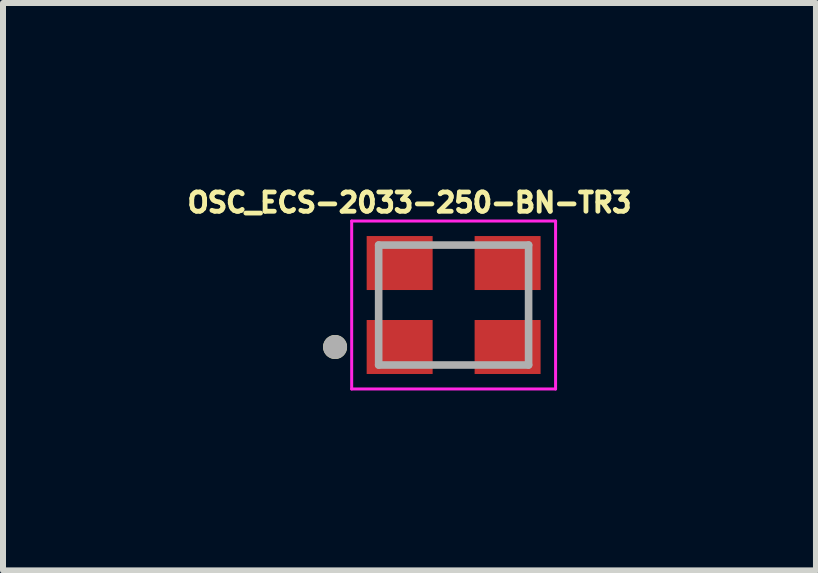
<source format=kicad_pcb>
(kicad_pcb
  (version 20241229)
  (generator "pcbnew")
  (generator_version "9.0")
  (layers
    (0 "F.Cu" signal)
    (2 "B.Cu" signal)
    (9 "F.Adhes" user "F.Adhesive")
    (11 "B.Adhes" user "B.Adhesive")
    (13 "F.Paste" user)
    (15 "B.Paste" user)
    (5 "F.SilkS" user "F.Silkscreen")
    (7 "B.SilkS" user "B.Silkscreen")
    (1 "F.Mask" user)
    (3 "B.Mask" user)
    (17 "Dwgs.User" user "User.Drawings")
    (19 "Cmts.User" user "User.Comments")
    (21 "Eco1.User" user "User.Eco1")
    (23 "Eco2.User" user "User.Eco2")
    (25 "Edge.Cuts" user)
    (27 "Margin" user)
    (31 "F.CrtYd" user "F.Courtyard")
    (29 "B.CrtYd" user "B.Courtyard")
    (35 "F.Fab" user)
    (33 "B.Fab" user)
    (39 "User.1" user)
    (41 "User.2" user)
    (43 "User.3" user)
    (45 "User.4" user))
  (footprint "OSC_ECS-2033-250-BN-TR3"
    (layer "F.Cu")
    (at 4.514 2.036)
    (property "Reference" "OSC_ECS-2033-250-BN-TR3" (at -0.736 -1.708 0) (layer "F.SilkS") (effects (font (size 0.321 0.321) (thickness 0.15))))
    (attr smd)
    (fp_circle (center -1.977 0.7) (end -1.877 0.7) (stroke (width 0.2) (type solid)) (fill no) (layer "F.SilkS"))
    (fp_line (start -1.7 -1.4) (end 1.7 -1.4) (stroke (width 0.05) (type solid)) (layer "F.CrtYd"))
    (fp_line (start -1.7 1.4) (end -1.7 -1.4) (stroke (width 0.05) (type solid)) (layer "F.CrtYd"))
    (fp_line (start 1.7 -1.4) (end 1.7 1.4) (stroke (width 0.05) (type solid)) (layer "F.CrtYd"))
    (fp_line (start 1.7 1.4) (end -1.7 1.4) (stroke (width 0.05) (type solid)) (layer "F.CrtYd"))
    (fp_line (start -1.25 -1) (end 1.25 -1) (stroke (width 0.127) (type solid)) (layer "F.Fab"))
    (fp_line (start -1.25 1) (end -1.25 -1) (stroke (width 0.127) (type solid)) (layer "F.Fab"))
    (fp_line (start 1.25 -1) (end 1.25 1) (stroke (width 0.127) (type solid)) (layer "F.Fab"))
    (fp_line (start 1.25 1) (end -1.25 1) (stroke (width 0.127) (type solid)) (layer "F.Fab"))
    (fp_circle (center -1.977 0.7) (end -1.877 0.7) (stroke (width 0.2) (type solid)) (fill no) (layer "F.Fab"))
    (pad "1" smd rect (at -0.9 0.7 180) (size 1.1 0.9) (layers "F.Cu" "F.Mask" "F.Paste"))
    (pad "2" smd rect (at 0.9 0.7 180) (size 1.1 0.9) (layers "F.Cu" "F.Mask" "F.Paste"))
    (pad "3" smd rect (at 0.9 -0.7 180) (size 1.1 0.9) (layers "F.Cu" "F.Mask" "F.Paste"))
    (pad "4" smd rect (at -0.9 -0.7 180) (size 1.1 0.9) (layers "F.Cu" "F.Mask" "F.Paste")))
  (gr_rect
    (start -3 -3)
    (end 10.556 6.461)
    (stroke (width 0.1) (type default))
    (fill no)
    (layer "Edge.Cuts")))
</source>
